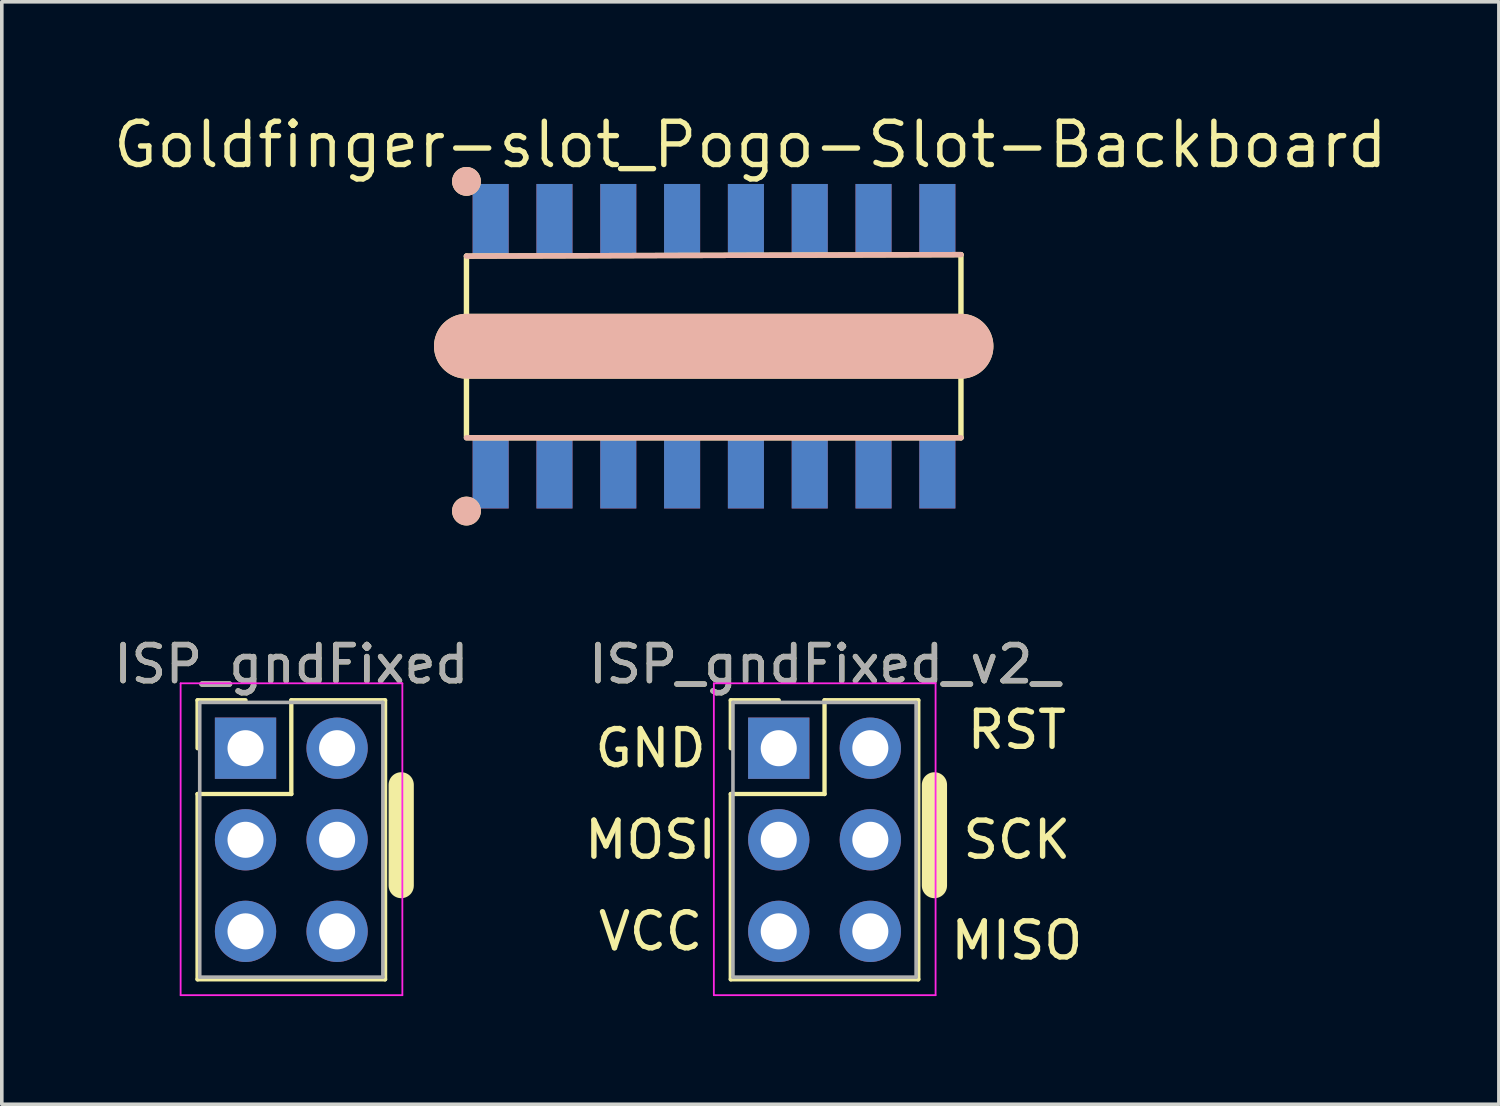
<source format=kicad_pcb>
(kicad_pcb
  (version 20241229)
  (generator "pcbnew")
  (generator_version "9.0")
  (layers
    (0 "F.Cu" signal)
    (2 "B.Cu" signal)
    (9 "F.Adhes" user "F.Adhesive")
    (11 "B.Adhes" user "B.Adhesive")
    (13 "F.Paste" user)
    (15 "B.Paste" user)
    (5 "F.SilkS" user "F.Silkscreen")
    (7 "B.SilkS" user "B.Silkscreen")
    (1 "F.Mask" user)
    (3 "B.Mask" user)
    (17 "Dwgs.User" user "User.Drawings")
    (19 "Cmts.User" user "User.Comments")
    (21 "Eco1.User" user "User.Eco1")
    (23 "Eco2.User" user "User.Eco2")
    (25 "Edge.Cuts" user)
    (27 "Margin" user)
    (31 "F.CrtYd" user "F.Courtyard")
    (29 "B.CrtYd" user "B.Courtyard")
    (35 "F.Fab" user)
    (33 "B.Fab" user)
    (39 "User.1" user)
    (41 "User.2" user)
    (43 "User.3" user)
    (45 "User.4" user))
  (footprint "Goldfinger-slot_Pogo-Slot-Backboard"
    (layer "F.Cu")
    (at 18.524 6.553)
    (property "Reference" "Goldfinger-slot_Pogo-Slot-Backboard" (at -0.762 -5.588 180) (layer "F.SilkS") (effects (font (size 1.2 1.2) (thickness 0.15))))
    (attr through_hole)
    (fp_line (start -8.636 2.5) (end -8.636 -2.5) (stroke (width 0.15) (type solid)) (layer "F.SilkS"))
    (fp_line (start -8.636 2.54) (end 5.08 2.54) (stroke (width 0.15) (type solid)) (layer "F.SilkS"))
    (fp_line (start 5.08 -2.54) (end -8.636 -2.5) (stroke (width 0.15) (type solid)) (layer "F.SilkS"))
    (fp_line (start 5.08 0) (end -8.636 0) (stroke (width 1.8) (type solid)) (layer "F.SilkS"))
    (fp_line (start 5.08 2.54) (end 5.08 -2.54) (stroke (width 0.15) (type solid)) (layer "F.SilkS"))
    (fp_line (start -8.636 2.54) (end 5.08 2.54) (stroke (width 0.15) (type solid)) (layer "B.SilkS"))
    (fp_line (start 5.08 -2.54) (end -8.636 -2.5) (stroke (width 0.15) (type solid)) (layer "B.SilkS"))
    (fp_line (start 5.08 0) (end -8.636 0) (stroke (width 1.8) (type solid)) (layer "B.SilkS"))
    (pad "" smd circle (at -8.636 -4.572) (size 0.8 0.8) (layers "*.SilkS"))
    (pad "" smd circle (at -8.636 4.572) (size 0.8 0.8) (layers "*.SilkS"))
    (pad "1" connect rect (at -7.965 -3.5) (size 1 2) (layers "F.Cu" "F.Mask"))
    (pad "1" connect rect (at -7.965 -3.5) (size 1 2) (layers "B.Cu" "B.Mask"))
    (pad "1" smd rect (at -7.965 3.5) (size 1 2) (layers "F.Cu" "F.Mask"))
    (pad "1" smd rect (at -7.965 3.5) (size 1 2) (layers "B.Cu" "B.Mask"))
    (pad "2" connect rect (at -6.195 -3.5) (size 1 2) (layers "F.Cu" "F.Mask"))
    (pad "2" connect rect (at -6.195 -3.5) (size 1 2) (layers "B.Cu" "B.Mask"))
    (pad "2" smd rect (at -6.195 3.5) (size 1 2) (layers "F.Cu" "F.Mask"))
    (pad "2" smd rect (at -6.195 3.5) (size 1 2) (layers "B.Cu" "B.Mask"))
    (pad "3" connect rect (at -4.425 -3.5) (size 1 2) (layers "F.Cu" "F.Mask"))
    (pad "3" connect rect (at -4.425 -3.5) (size 1 2) (layers "B.Cu" "B.Mask"))
    (pad "3" smd rect (at -4.425 3.5) (size 1 2) (layers "F.Cu" "F.Mask"))
    (pad "3" smd rect (at -4.425 3.5) (size 1 2) (layers "B.Cu" "B.Mask"))
    (pad "4" connect rect (at -2.655 -3.5) (size 1 2) (layers "F.Cu" "F.Mask"))
    (pad "4" connect rect (at -2.655 -3.5) (size 1 2) (layers "B.Cu" "B.Mask"))
    (pad "4" smd rect (at -2.655 3.5) (size 1 2) (layers "F.Cu" "F.Mask"))
    (pad "4" smd rect (at -2.655 3.5) (size 1 2) (layers "B.Cu" "B.Mask"))
    (pad "5" connect rect (at -0.885 -3.5) (size 1 2) (layers "F.Cu" "F.Mask"))
    (pad "5" connect rect (at -0.885 -3.5) (size 1 2) (layers "B.Cu" "B.Mask"))
    (pad "5" smd rect (at -0.885 3.5) (size 1 2) (layers "F.Cu" "F.Mask"))
    (pad "5" smd rect (at -0.885 3.5) (size 1 2) (layers "B.Cu" "B.Mask"))
    (pad "6" connect rect (at 0.885 -3.5) (size 1 2) (layers "F.Cu" "F.Mask"))
    (pad "6" connect rect (at 0.885 -3.5) (size 1 2) (layers "B.Cu" "B.Mask"))
    (pad "6" smd rect (at 0.885 3.5) (size 1 2) (layers "F.Cu" "F.Mask"))
    (pad "6" smd rect (at 0.885 3.5) (size 1 2) (layers "B.Cu" "B.Mask"))
    (pad "7" connect rect (at 2.655 -3.5) (size 1 2) (layers "F.Cu" "F.Mask"))
    (pad "7" connect rect (at 2.655 -3.5) (size 1 2) (layers "B.Cu" "B.Mask"))
    (pad "7" smd rect (at 2.655 3.5) (size 1 2) (layers "F.Cu" "F.Mask"))
    (pad "7" smd rect (at 2.655 3.5) (size 1 2) (layers "B.Cu" "B.Mask"))
    (pad "8" connect rect (at 4.425 -3.5) (size 1 2) (layers "F.Cu" "F.Mask"))
    (pad "8" connect rect (at 4.425 -3.5) (size 1 2) (layers "B.Cu" "B.Mask"))
    (pad "8" smd rect (at 4.425 3.5) (size 1 2) (layers "F.Cu" "F.Mask"))
    (pad "8" smd rect (at 4.425 3.5) (size 1 2) (layers "B.Cu" "B.Mask")))
  (footprint "ISP_gndFixed"
    (layer "F.Cu")
    (at 3.76 17.703)
    (property "Reference" "ISP_gndFixed" (at 1.27 -2.33 0) (layer "F.SilkS") (effects (font (size 1 1) (thickness 0.15))))
    (attr through_hole)
    (fp_line (start -1.33 -1.33) (end 0 -1.33) (stroke (width 0.12) (type solid)) (layer "F.SilkS"))
    (fp_line (start -1.33 0) (end -1.33 -1.33) (stroke (width 0.12) (type solid)) (layer "F.SilkS"))
    (fp_line (start -1.33 1.27) (end -1.33 6.41) (stroke (width 0.12) (type solid)) (layer "F.SilkS"))
    (fp_line (start -1.33 6.41) (end 3.87 6.41) (stroke (width 0.12) (type solid)) (layer "F.SilkS"))
    (fp_line (start 1.27 -1.33) (end 1.27 1.27) (stroke (width 0.12) (type solid)) (layer "F.SilkS"))
    (fp_line (start 1.27 1.27) (end -1.33 1.27) (stroke (width 0.12) (type solid)) (layer "F.SilkS"))
    (fp_line (start 3.87 -1.33) (end 1.27 -1.33) (stroke (width 0.12) (type solid)) (layer "F.SilkS"))
    (fp_line (start 3.87 6.41) (end 3.87 -1.33) (stroke (width 0.12) (type solid)) (layer "F.SilkS"))
    (fp_line (start 4.318 1.016) (end 4.318 3.81) (stroke (width 0.7) (type solid)) (layer "F.SilkS"))
    (fp_line (start -1.8 -1.8) (end -1.8 6.85) (stroke (width 0.05) (type solid)) (layer "F.CrtYd"))
    (fp_line (start -1.8 6.85) (end 4.35 6.85) (stroke (width 0.05) (type solid)) (layer "F.CrtYd"))
    (fp_line (start 4.35 -1.8) (end -1.8 -1.8) (stroke (width 0.05) (type solid)) (layer "F.CrtYd"))
    (fp_line (start 4.35 6.85) (end 4.35 -1.8) (stroke (width 0.05) (type solid)) (layer "F.CrtYd"))
    (fp_line (start -1.27 -1.27) (end -1.27 6.35) (stroke (width 0.1) (type solid)) (layer "F.Fab"))
    (fp_line (start -1.27 6.35) (end 3.81 6.35) (stroke (width 0.1) (type solid)) (layer "F.Fab"))
    (fp_line (start 3.81 -1.27) (end -1.27 -1.27) (stroke (width 0.1) (type solid)) (layer "F.Fab"))
    (fp_line (start 3.81 6.35) (end 3.81 -1.27) (stroke (width 0.1) (type solid)) (layer "F.Fab"))
    (fp_text user "${REFERENCE}" (at 1.27 -2.33 0) (layer "F.Fab") (effects (font (size 1 1) (thickness 0.15))))
    (pad "1" thru_hole oval (at 2.54 5.08) (size 1.7 1.7) (drill 1) (layers "*.Cu" "*.Mask"))
    (pad "2" thru_hole oval (at 0 5.08) (size 1.7 1.7) (drill 1) (layers "*.Cu" "*.Mask"))
    (pad "3" thru_hole oval (at 2.54 2.54) (size 1.7 1.7) (drill 1) (layers "*.Cu" "*.Mask"))
    (pad "4" thru_hole oval (at 0 2.54) (size 1.7 1.7) (drill 1) (layers "*.Cu" "*.Mask"))
    (pad "5" thru_hole oval (at 2.54 0) (size 1.7 1.7) (drill 1) (layers "*.Cu" "*.Mask"))
    (pad "6" thru_hole rect (at 0 0) (size 1.7 1.7) (drill 1) (layers "*.Cu" "*.Mask")))
  (footprint "ISP_gndFixed_v2_"
    (layer "F.Cu")
    (at 18.55 17.703)
    (property "Reference" "ISP_gndFixed_v2_" (at 1.27 -2.33 0) (layer "F.SilkS") (effects (font (size 1 1) (thickness 0.15))))
    (attr through_hole)
    (fp_line (start -1.33 -1.33) (end 0 -1.33) (stroke (width 0.12) (type solid)) (layer "F.SilkS"))
    (fp_line (start -1.33 0) (end -1.33 -1.33) (stroke (width 0.12) (type solid)) (layer "F.SilkS"))
    (fp_line (start -1.33 1.27) (end -1.33 6.41) (stroke (width 0.12) (type solid)) (layer "F.SilkS"))
    (fp_line (start -1.33 6.41) (end 3.87 6.41) (stroke (width 0.12) (type solid)) (layer "F.SilkS"))
    (fp_line (start 1.27 -1.33) (end 1.27 1.27) (stroke (width 0.12) (type solid)) (layer "F.SilkS"))
    (fp_line (start 1.27 1.27) (end -1.33 1.27) (stroke (width 0.12) (type solid)) (layer "F.SilkS"))
    (fp_line (start 3.87 -1.33) (end 1.27 -1.33) (stroke (width 0.12) (type solid)) (layer "F.SilkS"))
    (fp_line (start 3.87 6.41) (end 3.87 -1.33) (stroke (width 0.12) (type solid)) (layer "F.SilkS"))
    (fp_line (start 4.318 1.016) (end 4.318 3.81) (stroke (width 0.7) (type solid)) (layer "F.SilkS"))
    (fp_line (start -1.8 -1.8) (end -1.8 6.85) (stroke (width 0.05) (type solid)) (layer "F.CrtYd"))
    (fp_line (start -1.8 6.85) (end 4.35 6.85) (stroke (width 0.05) (type solid)) (layer "F.CrtYd"))
    (fp_line (start 4.35 -1.8) (end -1.8 -1.8) (stroke (width 0.05) (type solid)) (layer "F.CrtYd"))
    (fp_line (start 4.35 6.85) (end 4.35 -1.8) (stroke (width 0.05) (type solid)) (layer "F.CrtYd"))
    (fp_line (start -1.27 -1.27) (end -1.27 6.35) (stroke (width 0.1) (type solid)) (layer "F.Fab"))
    (fp_line (start -1.27 6.35) (end 3.81 6.35) (stroke (width 0.1) (type solid)) (layer "F.Fab"))
    (fp_line (start 3.81 -1.27) (end -1.27 -1.27) (stroke (width 0.1) (type solid)) (layer "F.Fab"))
    (fp_line (start 3.81 6.35) (end 3.81 -1.27) (stroke (width 0.1) (type solid)) (layer "F.Fab"))
    (fp_text user "VCC" (at -3.556 5.08 0) (layer "F.SilkS") (effects (font (size 1 1) (thickness 0.15))))
    (fp_text user "MOSI" (at -3.556 2.54 0) (layer "F.SilkS") (effects (font (size 1 1) (thickness 0.15))))
    (fp_text user "RST" (at 6.604 -0.508 0) (layer "F.SilkS") (effects (font (size 1 1) (thickness 0.15))))
    (fp_text user "SCK" (at 6.604 2.54 0) (layer "F.SilkS") (effects (font (size 1 1) (thickness 0.15))))
    (fp_text user "MISO" (at 6.604 5.334 0) (layer "F.SilkS") (effects (font (size 1 1) (thickness 0.15))))
    (fp_text user "GND" (at -3.556 0 0) (layer "F.SilkS") (effects (font (size 1 1) (thickness 0.15))))
    (fp_text user "${REFERENCE}" (at 1.27 -2.33 0) (layer "F.Fab") (effects (font (size 1 1) (thickness 0.15))))
    (pad "1" thru_hole oval (at 2.54 5.08) (size 1.7 1.7) (drill 1) (layers "*.Cu" "*.Mask"))
    (pad "2" thru_hole oval (at 0 5.08) (size 1.7 1.7) (drill 1) (layers "*.Cu" "*.Mask"))
    (pad "3" thru_hole oval (at 2.54 2.54) (size 1.7 1.7) (drill 1) (layers "*.Cu" "*.Mask"))
    (pad "4" thru_hole oval (at 0 2.54) (size 1.7 1.7) (drill 1) (layers "*.Cu" "*.Mask"))
    (pad "5" thru_hole oval (at 2.54 0) (size 1.7 1.7) (drill 1) (layers "*.Cu" "*.Mask"))
    (pad "6" thru_hole rect (at 0 0) (size 1.7 1.7) (drill 1) (layers "*.Cu" "*.Mask")))
  (gr_rect
    (start -3 -3)
    (end 38.524 27.578)
    (stroke (width 0.1) (type default))
    (fill no)
    (layer "Edge.Cuts")))
</source>
